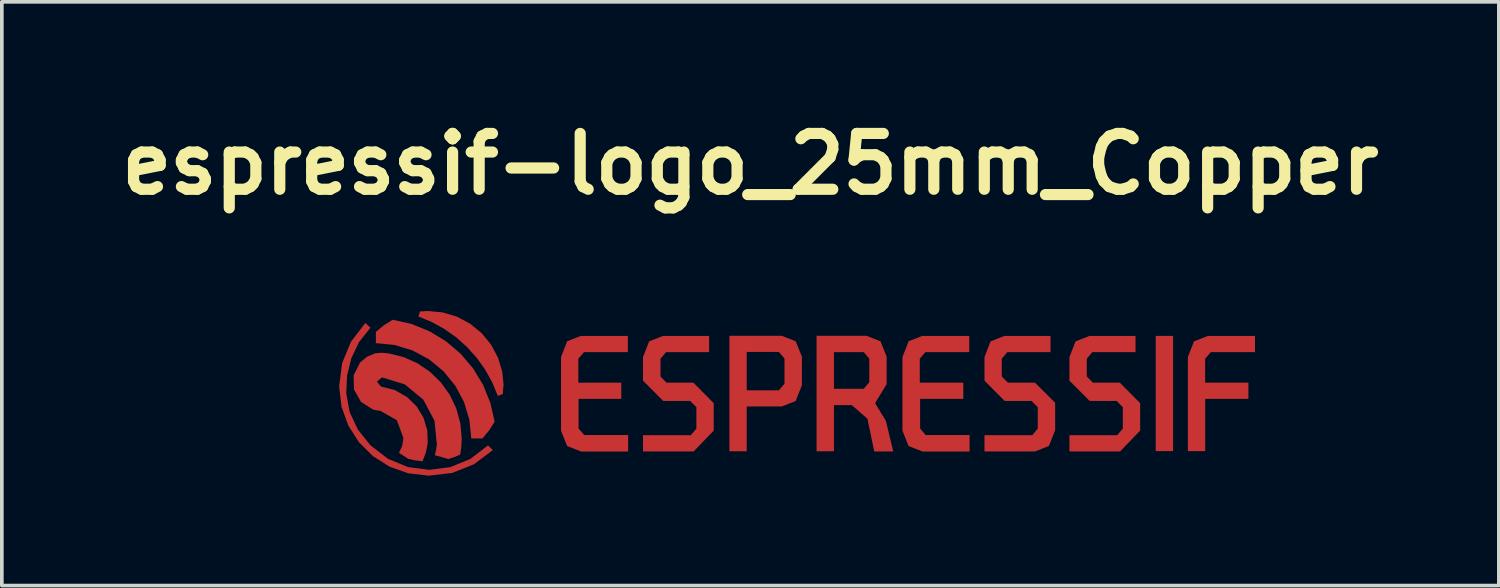
<source format=kicad_pcb>
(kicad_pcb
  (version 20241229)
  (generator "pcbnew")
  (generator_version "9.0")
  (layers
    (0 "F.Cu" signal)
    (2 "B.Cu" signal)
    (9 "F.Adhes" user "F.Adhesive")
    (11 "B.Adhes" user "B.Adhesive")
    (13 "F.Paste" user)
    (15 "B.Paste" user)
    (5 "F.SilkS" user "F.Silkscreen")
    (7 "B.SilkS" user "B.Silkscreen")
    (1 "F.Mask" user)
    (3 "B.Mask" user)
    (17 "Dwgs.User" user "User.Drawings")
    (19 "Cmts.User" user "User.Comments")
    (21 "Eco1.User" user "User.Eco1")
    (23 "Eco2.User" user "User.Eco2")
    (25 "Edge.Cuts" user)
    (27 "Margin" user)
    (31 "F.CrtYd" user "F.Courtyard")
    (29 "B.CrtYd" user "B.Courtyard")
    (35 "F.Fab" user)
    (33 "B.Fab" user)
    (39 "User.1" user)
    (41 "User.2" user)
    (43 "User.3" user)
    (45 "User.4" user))
  (footprint "espressif-logo_25mm_Copper"
    (layer "F.Cu")
    (at 17.432 8.473)
    (property "Reference" "espressif-logo_25mm_Copper" (at 0 -7.046 0) (layer "F.SilkS") (effects (font (size 1.524 1.524) (thickness 0.305))))
    (attr exclude_from_pos_files exclude_from_bom)
    (fp_poly (pts (xy -9.743 0.316) (xy -10.059 -0.001) (xy -9.743 0.316)) (stroke (width 0) (type solid)) (fill yes) (layer "F.Cu"))
    (fp_poly (pts (xy 11.066 -2.354) (xy 11.539 -2.354) (xy 11.539 0.791) (xy 11.066 0.791) (xy 11.066 -2.354)) (stroke (width 0) (type solid)) (fill yes) (layer "F.Cu"))
    (fp_poly (pts (xy 12.576 -1.911) (xy 13.775 -1.911) (xy 13.775 -2.354) (xy 12.491 -2.354) (xy 12.11 -2.205) (xy 11.943 -1.777) (xy 11.943 -1.777) (xy 11.943 0.791) (xy 12.416 0.791) (xy 12.416 -0.636) (xy 13.595 -0.636) (xy 13.595 -1.077) (xy 12.414 -1.077) (xy 12.414 -1.732) (xy 12.568 -1.911) (xy 12.576 -1.911)) (stroke (width 0) (type solid)) (fill yes) (layer "F.Cu"))
    (fp_poly (pts (xy 0.859 -2.356) (xy 0.78 -1.916) (xy 0.932 -1.736) (xy 0.932 -1.049) (xy 0.78 -0.869) (xy -0.099 -0.869) (xy -0.099 -1.916) (xy 0.78 -1.916) (xy 0.859 -2.356) (xy -0.572 -2.356) (xy -0.572 0.795) (xy -0.099 0.795) (xy -0.099 -0.428) (xy 0.859 -0.428) (xy 1.238 -0.578) (xy 1.407 -1.006) (xy 1.407 -1.789) (xy 1.238 -2.207) (xy 0.859 -2.356)) (stroke (width 0) (type solid)) (fill yes) (layer "F.Cu"))
    (fp_poly (pts (xy 4.319 -2.205) (xy 4.152 -1.777) (xy 4.152 0.235) (xy 4.319 0.652) (xy 4.7 0.802) (xy 5.984 0.802) (xy 5.984 0.353) (xy 4.786 0.353) (xy 4.634 0.173) (xy 4.634 -0.636) (xy 5.813 -0.636) (xy 5.813 -1.077) (xy 4.625 -1.077) (xy 4.625 -1.732) (xy 4.777 -1.911) (xy 5.975 -1.911) (xy 5.975 -2.354) (xy 4.692 -2.354) (xy 4.311 -2.205) (xy 4.319 -2.205)) (stroke (width 0) (type solid)) (fill yes) (layer "F.Cu"))
    (fp_poly (pts (xy -6.732 -0.974) (xy -6.772 -1.377) (xy -6.89 -1.764) (xy -7.081 -2.121) (xy -7.339 -2.433) (xy -7.652 -2.689) (xy -8.01 -2.879) (xy -8.398 -2.995) (xy -8.801 -3.033) (xy -9.015 -3.022) (xy -9.062 -2.885) (xy -8.696 -2.733) (xy -8.349 -2.541) (xy -8.026 -2.312) (xy -7.731 -2.048) (xy -7.466 -1.753) (xy -7.237 -1.43) (xy -7.045 -1.083) (xy -6.893 -0.717) (xy -6.756 -0.767) (xy -6.743 -0.981) (xy -6.732 -0.974)) (stroke (width 0) (type solid)) (fill yes) (layer "F.Cu"))
    (fp_poly (pts (xy -5.001 -2.205) (xy -5.168 -1.777) (xy -5.168 0.235) (xy -5.001 0.652) (xy -4.62 0.802) (xy -3.336 0.802) (xy -3.336 0.353) (xy -4.535 0.353) (xy -4.689 0.173) (xy -4.689 0.173) (xy -4.689 -0.636) (xy -3.523 -0.636) (xy -3.523 -1.077) (xy -4.695 -1.077) (xy -4.695 -1.732) (xy -4.541 -1.911) (xy -4.541 -1.911) (xy -3.343 -1.911) (xy -3.343 -2.354) (xy -4.627 -2.354) (xy -5.008 -2.205) (xy -5.001 -2.205)) (stroke (width 0) (type solid)) (fill yes) (layer "F.Cu"))
    (fp_poly (pts (xy -6.98 -0.013) (xy -7.097 -0.527) (xy -7.294 -1.015) (xy -7.567 -1.466) (xy -7.908 -1.867) (xy -8.309 -2.208) (xy -8.76 -2.481) (xy -9.248 -2.679) (xy -9.762 -2.795) (xy -10.003 -2.645) (xy -10.222 -2.463) (xy -10.222 -2.157) (xy -9.714 -2.107) (xy -9.226 -1.959) (xy -8.776 -1.718) (xy -8.382 -1.395) (xy -8.058 -1.001) (xy -7.817 -0.551) (xy -7.669 -0.063) (xy -7.618 0.445) (xy -7.312 0.445) (xy -7.131 0.226) (xy -6.98 -0.013)) (stroke (width 0) (type solid)) (fill yes) (layer "F.Cu"))
    (fp_poly (pts (xy 3.408 -0.523) (xy 3.095 -0.91) (xy 2.282 -0.91) (xy 2.282 -1.911) (xy 3.095 -1.911) (xy 3.247 -1.732) (xy 3.247 -1.09) (xy 3.095 -0.91) (xy 3.408 -0.523) (xy 3.72 -1.038) (xy 3.72 -1.789) (xy 3.553 -2.207) (xy 3.172 -2.356) (xy 1.807 -2.356) (xy 1.807 0.795) (xy 2.282 0.795) (xy 2.282 -0.465) (xy 2.768 -0.465) (xy 3.196 -0.093) (xy 3.382 0.8) (xy 3.9 0.8) (xy 3.699 -0.037) (xy 3.408 -0.512) (xy 3.408 -0.523)) (stroke (width 0) (type solid)) (fill yes) (layer "F.Cu"))
    (fp_poly (pts (xy -1.554 -1.077) (xy -2.288 -1.077) (xy -2.453 -1.246) (xy -2.453 -1.732) (xy -2.301 -1.911) (xy -1.126 -1.911) (xy -1.126 -2.354) (xy -2.382 -2.354) (xy -2.763 -2.205) (xy -2.93 -1.777) (xy -2.93 -1.132) (xy -2.378 -0.578) (xy -1.642 -0.578) (xy -1.473 -0.409) (xy -1.473 -0.409) (xy -1.473 0.177) (xy -1.627 0.357) (xy -1.627 0.357) (xy -2.93 0.357) (xy -2.93 0.8) (xy -1.548 0.8) (xy -1 0.231) (xy -1 -0.518) (xy -1.554 -1.077) (xy -1.554 -1.077)) (stroke (width 0) (type solid)) (fill yes) (layer "F.Cu"))
    (fp_poly (pts (xy 7.766 -1.077) (xy 7.032 -1.077) (xy 6.863 -1.246) (xy 6.863 -1.732) (xy 7.015 -1.911) (xy 8.194 -1.911) (xy 8.194 -2.354) (xy 6.936 -2.354) (xy 6.557 -2.205) (xy 6.391 -1.777) (xy 6.391 -1.132) (xy 6.943 -0.578) (xy 7.676 -0.578) (xy 7.845 -0.409) (xy 7.845 -0.409) (xy 7.845 0.177) (xy 7.694 0.357) (xy 7.694 0.357) (xy 6.391 0.357) (xy 6.391 0.8) (xy 7.773 0.8) (xy 8.151 0.648) (xy 8.32 0.22) (xy 8.32 -0.529) (xy 7.766 -1.081) (xy 7.766 -1.077)) (stroke (width 0) (type solid)) (fill yes) (layer "F.Cu"))
    (fp_poly (pts (xy 10.086 -1.077) (xy 9.352 -1.077) (xy 9.183 -1.246) (xy 9.183 -1.732) (xy 9.335 -1.911) (xy 10.514 -1.911) (xy 10.514 -2.354) (xy 9.258 -2.354) (xy 8.877 -2.205) (xy 8.71 -1.777) (xy 8.71 -1.132) (xy 9.262 -0.578) (xy 9.998 -0.578) (xy 10.167 -0.409) (xy 10.167 -0.409) (xy 10.167 0.177) (xy 10.013 0.357) (xy 10.013 0.357) (xy 8.71 0.357) (xy 8.71 0.8) (xy 10.092 0.8) (xy 10.64 0.231) (xy 10.64 0.231) (xy 10.64 -0.518) (xy 10.64 -0.518) (xy 10.086 -1.077) (xy 10.086 -1.077)) (stroke (width 0) (type solid)) (fill yes) (layer "F.Cu"))
    (fp_poly (pts (xy -8.778 1.461) (xy -9.337 1.397) (xy -9.851 1.214) (xy -10.305 0.926) (xy -10.684 0.549) (xy -10.973 0.096) (xy -11.159 -0.417) (xy -11.225 -0.976) (xy -11.143 -1.612) (xy -10.9 -2.199) (xy -10.509 -2.707) (xy -10.37 -2.577) (xy -10.684 -2.182) (xy -10.894 -1.74) (xy -11.008 -1.27) (xy -11.031 -0.793) (xy -10.939 -0.279) (xy -10.714 0.203) (xy -10.37 0.633) (xy -9.887 1.004) (xy -9.342 1.227) (xy -8.766 1.302) (xy -8.19 1.228) (xy -7.644 1.005) (xy -7.16 0.633) (xy -7.03 0.763) (xy -7.544 1.15) (xy -8.138 1.387) (xy -8.778 1.461)) (stroke (width 0) (type solid)) (fill yes) (layer "F.Cu"))
    (fp_poly (pts (xy -8.805 0.586) (xy -8.818 0.226) (xy -8.921 -0.119) (xy -9.107 -0.427) (xy -9.364 -0.679) (xy -9.702 -0.875) (xy -10.081 -0.97) (xy -10.194 -1.107) (xy -10.055 -1.222) (xy -9.431 -1.03) (xy -8.927 -0.613) (xy -8.621 -0.037) (xy -8.557 0.614) (xy -8.578 0.759) (xy -8.613 0.902) (xy -8.241 1.007) (xy -8.078 0.953) (xy -7.92 0.885) (xy -7.889 0.667) (xy -7.879 0.447) (xy -7.916 0.032) (xy -8.026 -0.37) (xy -8.205 -0.746) (xy -8.447 -1.084) (xy -8.746 -1.375) (xy -9.09 -1.609) (xy -9.471 -1.778) (xy -9.875 -1.877) (xy -10.063 -1.894) (xy -10.25 -1.877) (xy -10.471 -1.782) (xy -10.654 -1.627) (xy -10.829 -1.279) (xy -10.819 -0.889) (xy -10.627 -0.55) (xy -10.297 -0.343) (xy -10.197 -0.322) (xy -10.096 -0.307) (xy -9.648 -0.051) (xy -9.471 0.434) (xy -9.502 0.645) (xy -9.591 0.838) (xy -9.334 1.003) (xy -9.143 1.045) (xy -8.949 1.067) (xy -8.856 0.828) (xy -8.808 0.575) (xy -8.805 0.586)) (stroke (width 0) (type solid)) (fill yes) (layer "F.Cu")))
  (gr_rect
    (start -3 -3)
    (end 37.863 12.934)
    (stroke (width 0.1) (type default))
    (fill no)
    (layer "Edge.Cuts")))
</source>
